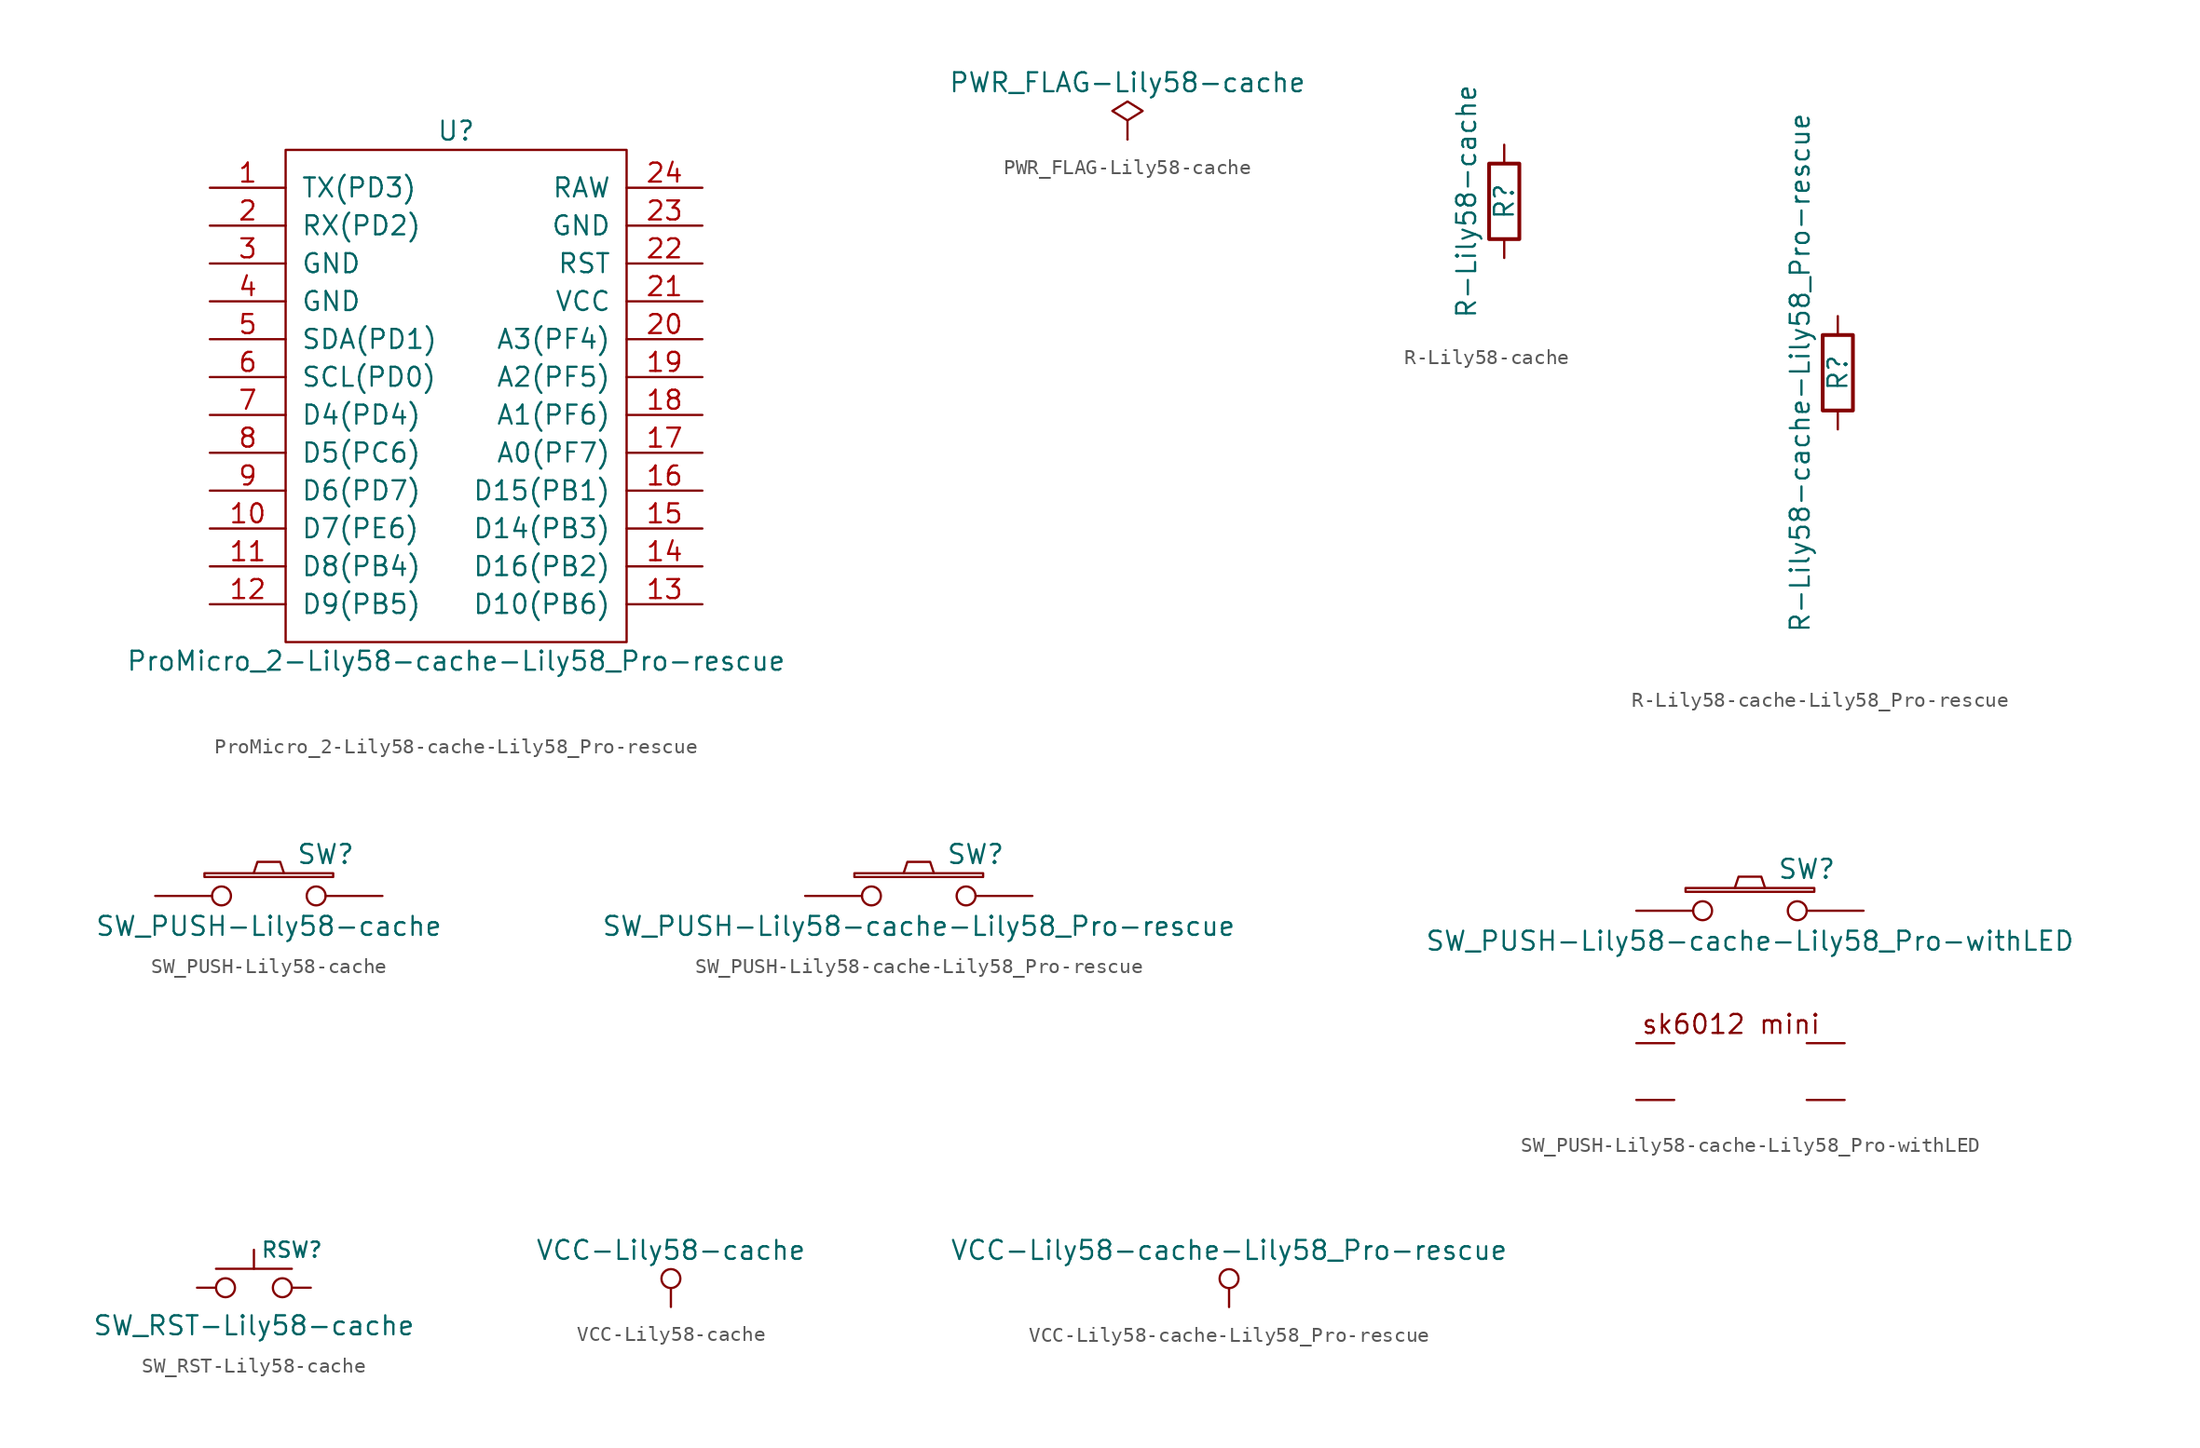
<source format=kicad_sym>
(kicad_symbol_lib
  (version 20211014)
  (generator kicad_symbol_editor)
  (symbol "ProMicro_2-Lily58-cache-Lily58_Pro-rescue"
    (pin_names
      (offset 1.016))
    (property "Reference" "U"
      (at 0 17.78 0)
      (effects (font (size 1.27 1.27))))
    (property "Value" "ProMicro_2-Lily58-cache-Lily58_Pro-rescue"
      (at 0 -17.78 0)
      (effects (font (size 1.27 1.27))))
    (symbol "ProMicro_2-Lily58-cache-Lily58_Pro-rescue_0_1"
      (rectangle (start -11.43 16.51) (end 11.43 -16.51) (stroke (width 0) (type default) (color 0 0 0 0)) (fill (type none))))
    (symbol "ProMicro_2-Lily58-cache-Lily58_Pro-rescue_1_1"
      (pin input line (at -16.51 13.97 0) (length 5.08) (name "TX(PD3)" (effects (font (size 1.27 1.27)))) (number "1" (effects (font (size 1.27 1.27)))))
      (pin input line (at -16.51 -8.89 0) (length 5.08) (name "D7(PE6)" (effects (font (size 1.27 1.27)))) (number "10" (effects (font (size 1.27 1.27)))))
      (pin input line (at -16.51 -11.43 0) (length 5.08) (name "D8(PB4)" (effects (font (size 1.27 1.27)))) (number "11" (effects (font (size 1.27 1.27)))))
      (pin input line (at -16.51 -13.97 0) (length 5.08) (name "D9(PB5)" (effects (font (size 1.27 1.27)))) (number "12" (effects (font (size 1.27 1.27)))))
      (pin input line (at 16.51 -13.97 180) (length 5.08) (name "D10(PB6)" (effects (font (size 1.27 1.27)))) (number "13" (effects (font (size 1.27 1.27)))))
      (pin input line (at 16.51 -11.43 180) (length 5.08) (name "D16(PB2)" (effects (font (size 1.27 1.27)))) (number "14" (effects (font (size 1.27 1.27)))))
      (pin input line (at 16.51 -8.89 180) (length 5.08) (name "D14(PB3)" (effects (font (size 1.27 1.27)))) (number "15" (effects (font (size 1.27 1.27)))))
      (pin input line (at 16.51 -6.35 180) (length 5.08) (name "D15(PB1)" (effects (font (size 1.27 1.27)))) (number "16" (effects (font (size 1.27 1.27)))))
      (pin input line (at 16.51 -3.81 180) (length 5.08) (name "A0(PF7)" (effects (font (size 1.27 1.27)))) (number "17" (effects (font (size 1.27 1.27)))))
      (pin input line (at 16.51 -1.27 180) (length 5.08) (name "A1(PF6)" (effects (font (size 1.27 1.27)))) (number "18" (effects (font (size 1.27 1.27)))))
      (pin input line (at 16.51 1.27 180) (length 5.08) (name "A2(PF5)" (effects (font (size 1.27 1.27)))) (number "19" (effects (font (size 1.27 1.27)))))
      (pin input line (at -16.51 11.43 0) (length 5.08) (name "RX(PD2)" (effects (font (size 1.27 1.27)))) (number "2" (effects (font (size 1.27 1.27)))))
      (pin input line (at 16.51 3.81 180) (length 5.08) (name "A3(PF4)" (effects (font (size 1.27 1.27)))) (number "20" (effects (font (size 1.27 1.27)))))
      (pin input line (at 16.51 6.35 180) (length 5.08) (name "VCC" (effects (font (size 1.27 1.27)))) (number "21" (effects (font (size 1.27 1.27)))))
      (pin input line (at 16.51 8.89 180) (length 5.08) (name "RST" (effects (font (size 1.27 1.27)))) (number "22" (effects (font (size 1.27 1.27)))))
      (pin input line (at 16.51 11.43 180) (length 5.08) (name "GND" (effects (font (size 1.27 1.27)))) (number "23" (effects (font (size 1.27 1.27)))))
      (pin input line (at 16.51 13.97 180) (length 5.08) (name "RAW" (effects (font (size 1.27 1.27)))) (number "24" (effects (font (size 1.27 1.27)))))
      (pin input line (at -16.51 8.89 0) (length 5.08) (name "GND" (effects (font (size 1.27 1.27)))) (number "3" (effects (font (size 1.27 1.27)))))
      (pin input line (at -16.51 6.35 0) (length 5.08) (name "GND" (effects (font (size 1.27 1.27)))) (number "4" (effects (font (size 1.27 1.27)))))
      (pin input line (at -16.51 3.81 0) (length 5.08) (name "SDA(PD1)" (effects (font (size 1.27 1.27)))) (number "5" (effects (font (size 1.27 1.27)))))
      (pin input line (at -16.51 1.27 0) (length 5.08) (name "SCL(PD0)" (effects (font (size 1.27 1.27)))) (number "6" (effects (font (size 1.27 1.27)))))
      (pin input line (at -16.51 -1.27 0) (length 5.08) (name "D4(PD4)" (effects (font (size 1.27 1.27)))) (number "7" (effects (font (size 1.27 1.27)))))
      (pin input line (at -16.51 -3.81 0) (length 5.08) (name "D5(PC6)" (effects (font (size 1.27 1.27)))) (number "8" (effects (font (size 1.27 1.27)))))
      (pin input line (at -16.51 -6.35 0) (length 5.08) (name "D6(PD7)" (effects (font (size 1.27 1.27)))) (number "9" (effects (font (size 1.27 1.27)))))))
  (symbol "PWR_FLAG-Lily58-cache"
    (power)
    (pin_numbers hide)
    (pin_names
      (offset 0) hide)
    (property "Reference" "#FLG"
      (at 0 0 0)
      (effects (font (size 1.27 1.27)) hide))
    (property "Value" "PWR_FLAG-Lily58-cache"
      (at 0 3.81 0)
      (effects (font (size 1.27 1.27))))
    (symbol "PWR_FLAG-Lily58-cache_0_0"
      (pin power_out line (at 0 0 90) (length 0) (name "pwr" (effects (font (size 1.27 1.27)))) (number "1" (effects (font (size 1.27 1.27))))))
    (symbol "PWR_FLAG-Lily58-cache_0_1"
      (polyline (pts (xy 0 0) (xy 0 1.27) (xy -1.016 1.905) (xy 0 2.54) (xy 1.016 1.905) (xy 0 1.27)) (stroke (width 0) (type default) (color 0 0 0 0)) (fill (type none)))))
  (symbol "R-Lily58-cache"
    (pin_numbers hide)
    (pin_names
      (offset 0))
    (property "Reference" "R"
      (at 0 0 90)
      (effects (font (size 1.27 1.27))))
    (property "Value" "R-Lily58-cache"
      (at -2.54 0 90)
      (effects (font (size 1.27 1.27))))
    (symbol "R-Lily58-cache_0_1"
      (rectangle (start -1.016 -2.54) (end 1.016 2.54) (stroke (width 0.254) (type default) (color 0 0 0 0)) (fill (type none))))
    (symbol "R-Lily58-cache_1_1"
      (pin passive line (at 0 3.81 270) (length 1.27) (name "~" (effects (font (size 1.27 1.27)))) (number "1" (effects (font (size 1.27 1.27)))))
      (pin passive line (at 0 -3.81 90) (length 1.27) (name "~" (effects (font (size 1.27 1.27)))) (number "2" (effects (font (size 1.27 1.27)))))))
  (symbol "R-Lily58-cache-Lily58_Pro-rescue"
    (pin_numbers hide)
    (pin_names
      (offset 0))
    (property "Reference" "R"
      (at 0 0 90)
      (effects (font (size 1.27 1.27))))
    (property "Value" "R-Lily58-cache-Lily58_Pro-rescue"
      (at -2.54 0 90)
      (effects (font (size 1.27 1.27))))
    (symbol "R-Lily58-cache-Lily58_Pro-rescue_0_1"
      (rectangle (start -1.016 -2.54) (end 1.016 2.54) (stroke (width 0.254) (type default) (color 0 0 0 0)) (fill (type none))))
    (symbol "R-Lily58-cache-Lily58_Pro-rescue_1_1"
      (pin passive line (at 0 3.81 270) (length 1.27) (name "~" (effects (font (size 1.27 1.27)))) (number "1" (effects (font (size 1.27 1.27)))))
      (pin passive line (at 0 -3.81 90) (length 1.27) (name "~" (effects (font (size 1.27 1.27)))) (number "2" (effects (font (size 1.27 1.27)))))))
  (symbol "SW_PUSH-Lily58-cache"
    (pin_numbers hide)
    (pin_names
      (offset 1.016) hide)
    (property "Reference" "SW"
      (at 3.81 2.794 0)
      (effects (font (size 1.27 1.27))))
    (property "Value" "SW_PUSH-Lily58-cache"
      (at 0 -2.032 0)
      (effects (font (size 1.27 1.27))))
    (property "Footprint" ""
      (at 0 0 0)
      (effects (font (size 1.27 1.27))))
    (property "Datasheet" ""
      (at 0 0 0)
      (effects (font (size 1.27 1.27))))
    (symbol "SW_PUSH-Lily58-cache_0_1"
      (rectangle (start -4.318 1.27) (end 4.318 1.524) (stroke (width 0) (type default) (color 0 0 0 0)) (fill (type none)))
      (polyline (pts (xy -1.016 1.524) (xy -0.762 2.286) (xy 0.762 2.286) (xy 1.016 1.524)) (stroke (width 0) (type default) (color 0 0 0 0)) (fill (type none)))
      (pin passive inverted (at -7.62 0 0) (length 5.08) (name "1" (effects (font (size 1.27 1.27)))) (number "1" (effects (font (size 1.27 1.27)))))
      (pin passive inverted (at 7.62 0 180) (length 5.08) (name "2" (effects (font (size 1.27 1.27)))) (number "2" (effects (font (size 1.27 1.27)))))))
  (symbol "SW_PUSH-Lily58-cache-Lily58_Pro-rescue"
    (pin_numbers hide)
    (pin_names
      (offset 1.016) hide)
    (property "Reference" "SW"
      (at 3.81 2.794 0)
      (effects (font (size 1.27 1.27))))
    (property "Value" "SW_PUSH-Lily58-cache-Lily58_Pro-rescue"
      (at 0 -2.032 0)
      (effects (font (size 1.27 1.27))))
    (property "Footprint" ""
      (at 0 0 0)
      (effects (font (size 1.27 1.27))))
    (property "Datasheet" ""
      (at 0 0 0)
      (effects (font (size 1.27 1.27))))
    (symbol "SW_PUSH-Lily58-cache-Lily58_Pro-rescue_0_1"
      (rectangle (start -4.318 1.27) (end 4.318 1.524) (stroke (width 0) (type default) (color 0 0 0 0)) (fill (type none)))
      (polyline (pts (xy -1.016 1.524) (xy -0.762 2.286) (xy 0.762 2.286) (xy 1.016 1.524)) (stroke (width 0) (type default) (color 0 0 0 0)) (fill (type none)))
      (pin passive inverted (at -7.62 0 0) (length 5.08) (name "1" (effects (font (size 1.27 1.27)))) (number "1" (effects (font (size 1.27 1.27)))))
      (pin passive inverted (at 7.62 0 180) (length 5.08) (name "2" (effects (font (size 1.27 1.27)))) (number "2" (effects (font (size 1.27 1.27)))))))
  (symbol "SW_PUSH-Lily58-cache-Lily58_Pro-withLED"
    (pin_numbers hide)
    (pin_names
      (offset 1.016) hide)
    (property "Reference" "SW"
      (at 3.81 2.794 0)
      (effects (font (size 1.27 1.27))))
    (property "Value" "SW_PUSH-Lily58-cache-Lily58_Pro-withLED"
      (at 0 -2.032 0)
      (effects (font (size 1.27 1.27))))
    (property "Footprint" ""
      (at 0 0 0)
      (effects (font (size 1.27 1.27))))
    (property "Datasheet" ""
      (at 0 0 0)
      (effects (font (size 1.27 1.27))))
    (symbol "SW_PUSH-Lily58-cache-Lily58_Pro-withLED_0_0"
      (text "sk6012 mini" (at -1.27 -7.62 0) (effects (font (size 1.27 1.27)))))
    (symbol "SW_PUSH-Lily58-cache-Lily58_Pro-withLED_0_1"
      (rectangle (start -4.318 1.27) (end 4.318 1.524) (stroke (width 0) (type default) (color 0 0 0 0)) (fill (type none)))
      (polyline (pts (xy -1.016 1.524) (xy -0.762 2.286) (xy 0.762 2.286) (xy 1.016 1.524)) (stroke (width 0) (type default) (color 0 0 0 0)) (fill (type none)))
      (pin passive inverted (at -7.62 0 0) (length 5.08) (name "1" (effects (font (size 1.27 1.27)))) (number "1" (effects (font (size 1.27 1.27)))))
      (pin passive inverted (at 7.62 0 180) (length 5.08) (name "2" (effects (font (size 1.27 1.27)))) (number "2" (effects (font (size 1.27 1.27))))))
    (symbol "SW_PUSH-Lily58-cache-Lily58_Pro-withLED_1_1"
      (pin output line (at -7.62 -8.89 0) (length 2.54) (name "DOUT" (effects (font (size 1.27 1.27)))) (number "1B" (effects (font (size 1.27 1.27)))))
      (pin power_in line (at -7.62 -12.7 0) (length 2.54) (name "VSS" (effects (font (size 1.27 1.27)))) (number "2B" (effects (font (size 1.27 1.27)))))
      (pin input line (at 6.35 -12.7 180) (length 2.54) (name "DIN" (effects (font (size 1.27 1.27)))) (number "3B" (effects (font (size 1.27 1.27)))))
      (pin power_in line (at 6.35 -8.89 180) (length 2.54) (name "VDD" (effects (font (size 1.27 1.27)))) (number "4B" (effects (font (size 1.27 1.27)))))))
  (symbol "SW_RST-Lily58-cache"
    (pin_numbers hide)
    (pin_names
      (offset 1.016) hide)
    (property "Reference" "RSW"
      (at 2.54 2.54 0)
      (effects (font (size 1.016 1.016))))
    (property "Value" "SW_RST-Lily58-cache"
      (at 0 -2.54 0)
      (effects (font (size 1.27 1.27))))
    (symbol "SW_RST-Lily58-cache_0_1"
      (polyline (pts (xy -2.54 1.27) (xy 2.54 1.27)) (stroke (width 0) (type default) (color 0 0 0 0)) (fill (type none)))
      (polyline (pts (xy 0 2.54) (xy 0 1.27)) (stroke (width 0) (type default) (color 0 0 0 0)) (fill (type none)))
      (pin passive inverted (at -3.81 0 0) (length 2.54) (name "1" (effects (font (size 1.27 1.27)))) (number "1" (effects (font (size 1.27 1.27)))))
      (pin passive inverted (at 3.81 0 180) (length 2.54) (name "2" (effects (font (size 1.27 1.27)))) (number "2" (effects (font (size 1.27 1.27)))))))
  (symbol "VCC-Lily58-cache"
    (power)
    (pin_names
      (offset 0))
    (property "Reference" "#PWR"
      (at 0 -3.81 0)
      (effects (font (size 1.27 1.27)) hide))
    (property "Value" "VCC-Lily58-cache"
      (at 0 3.81 0)
      (effects (font (size 1.27 1.27))))
    (symbol "VCC-Lily58-cache_0_1"
      (polyline (pts (xy 0 0) (xy 0 1.27)) (stroke (width 0) (type default) (color 0 0 0 0)) (fill (type none)))
      (circle (center 0 1.905) (radius 0.635) (stroke (width 0) (type default) (color 0 0 0 0)) (fill (type none))))
    (symbol "VCC-Lily58-cache_1_1"
      (pin power_in line (at 0 0 90) (length 0) hide (name "VCC" (effects (font (size 1.27 1.27)))) (number "1" (effects (font (size 1.27 1.27)))))))
  (symbol "VCC-Lily58-cache-Lily58_Pro-rescue"
    (power)
    (pin_names
      (offset 0))
    (property "Reference" "#PWR"
      (at 0 -3.81 0)
      (effects (font (size 1.27 1.27)) hide))
    (property "Value" "VCC-Lily58-cache-Lily58_Pro-rescue"
      (at 0 3.81 0)
      (effects (font (size 1.27 1.27))))
    (symbol "VCC-Lily58-cache-Lily58_Pro-rescue_0_1"
      (polyline (pts (xy 0 0) (xy 0 1.27)) (stroke (width 0) (type default) (color 0 0 0 0)) (fill (type none)))
      (circle (center 0 1.905) (radius 0.635) (stroke (width 0) (type default) (color 0 0 0 0)) (fill (type none))))
    (symbol "VCC-Lily58-cache-Lily58_Pro-rescue_1_1"
      (pin power_in line (at 0 0 90) (length 0) hide (name "VCC" (effects (font (size 1.27 1.27)))) (number "1" (effects (font (size 1.27 1.27))))))))
</source>
